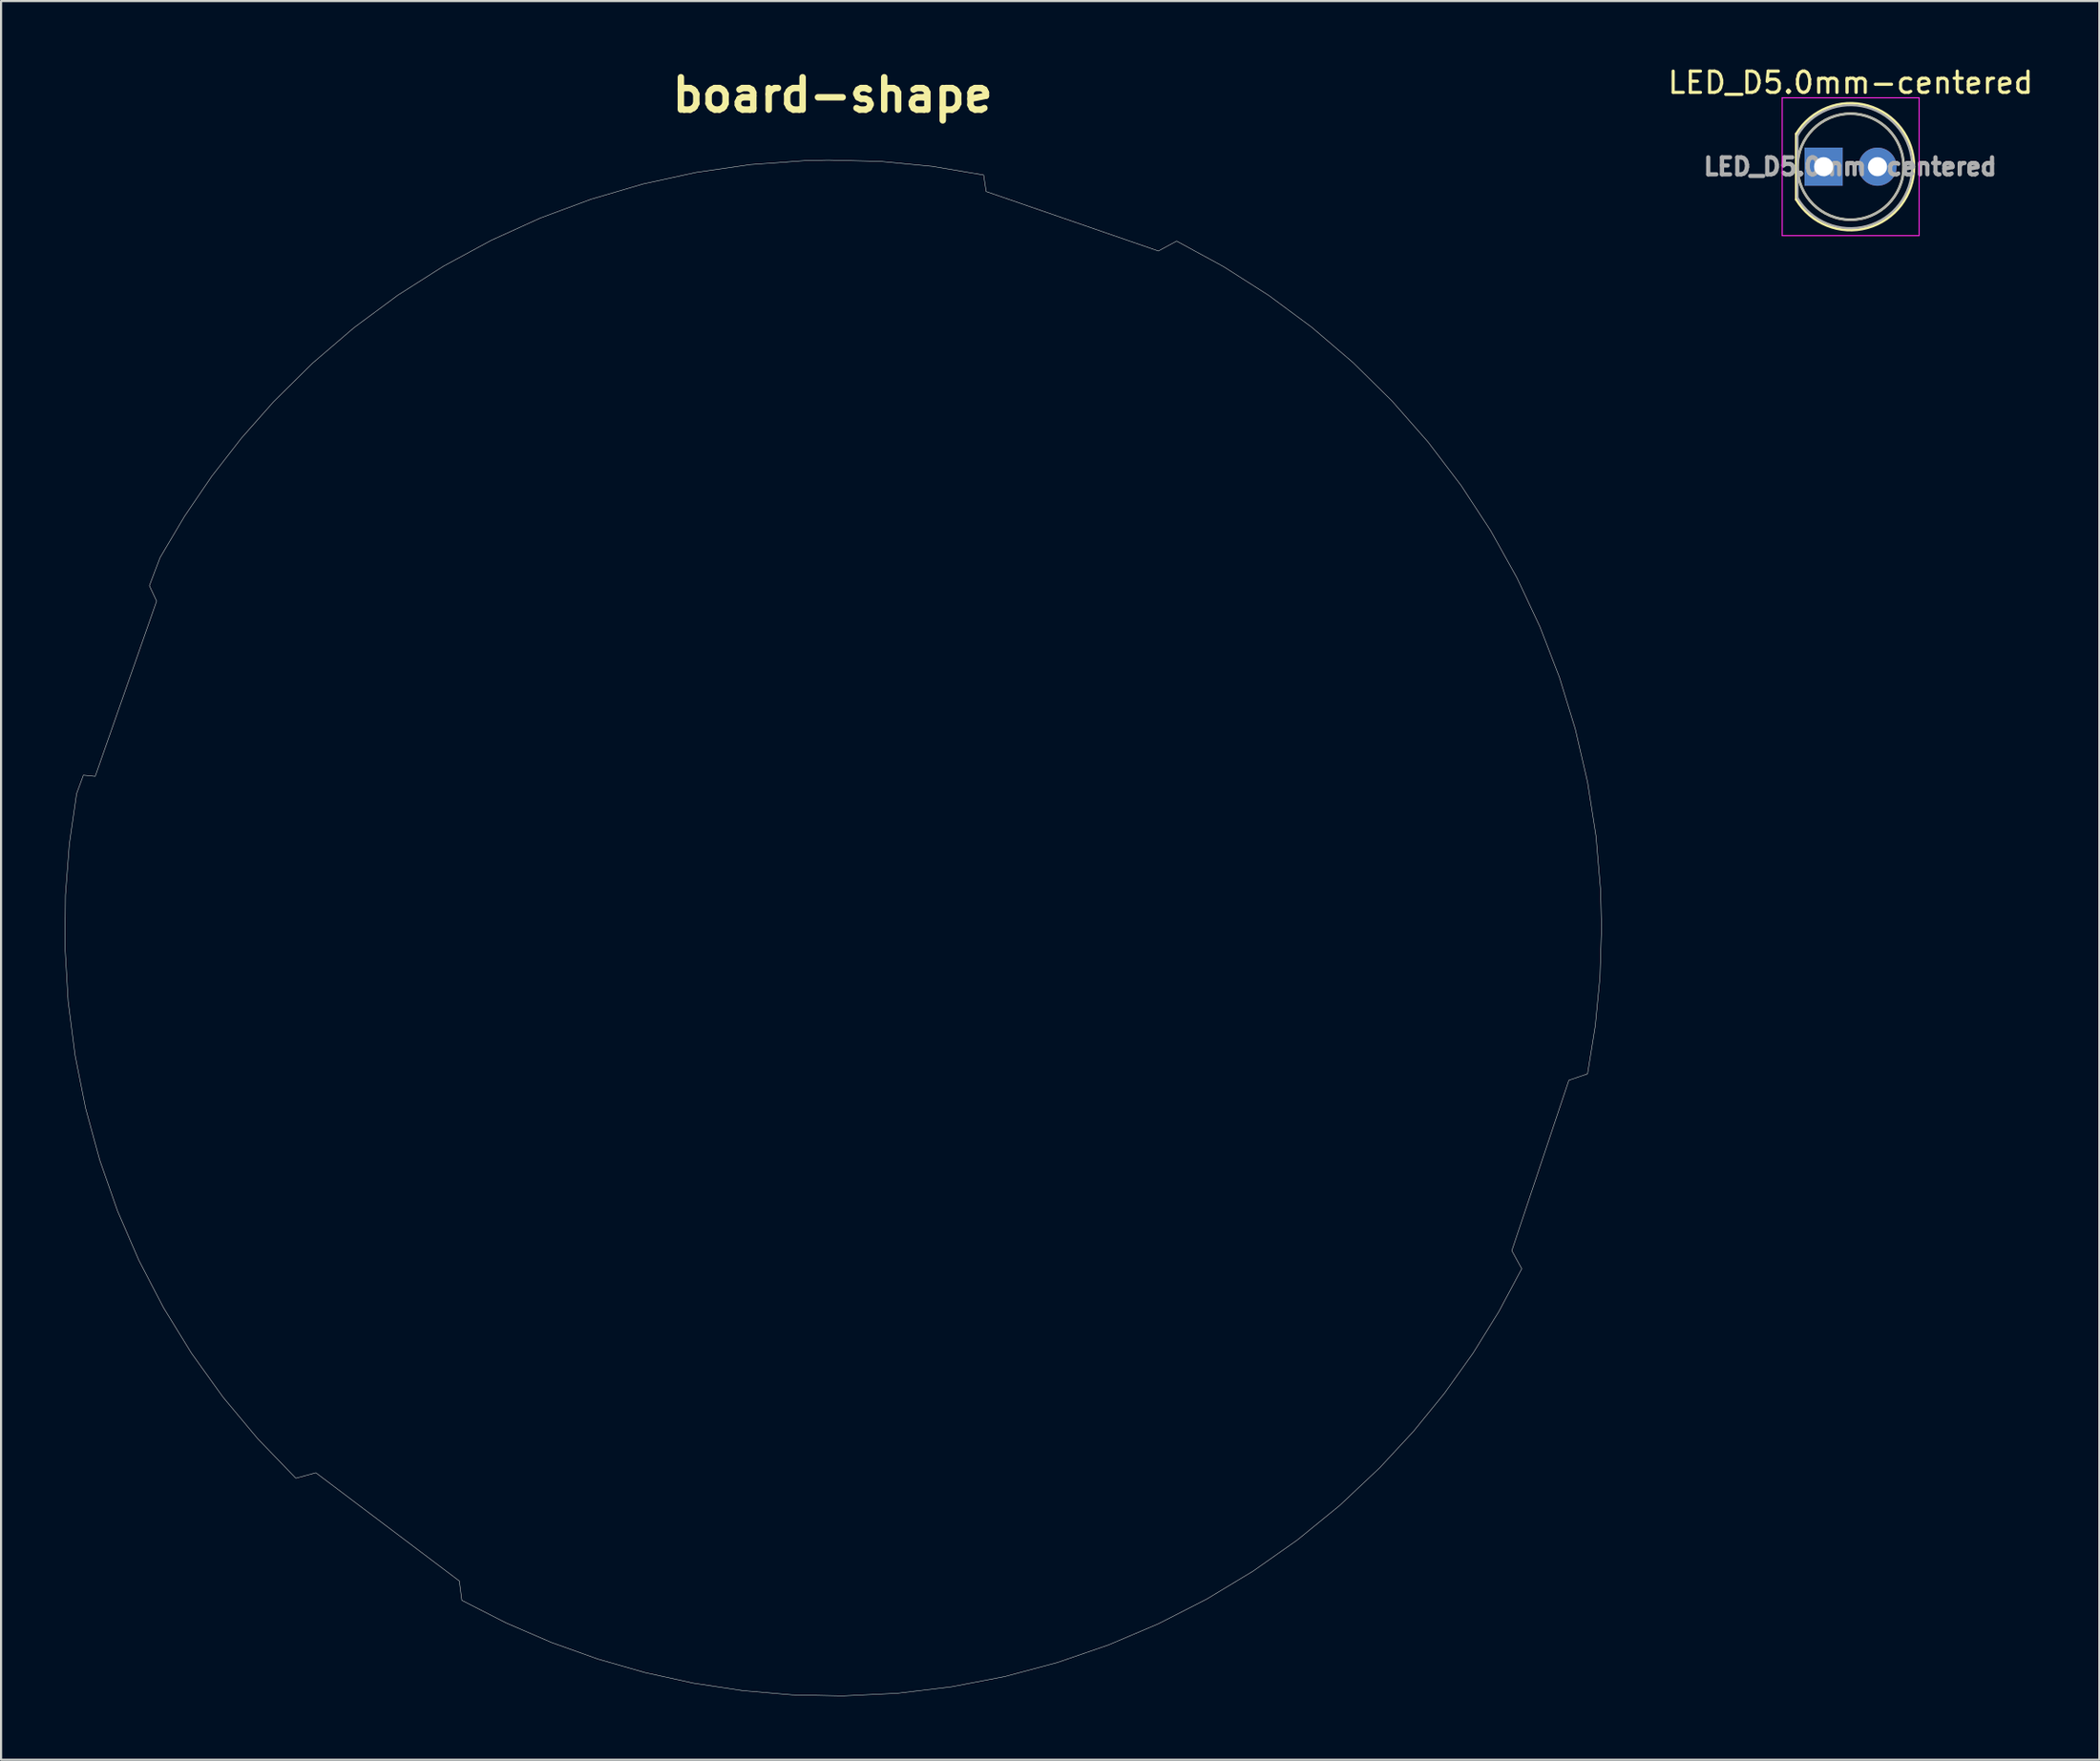
<source format=kicad_pcb>
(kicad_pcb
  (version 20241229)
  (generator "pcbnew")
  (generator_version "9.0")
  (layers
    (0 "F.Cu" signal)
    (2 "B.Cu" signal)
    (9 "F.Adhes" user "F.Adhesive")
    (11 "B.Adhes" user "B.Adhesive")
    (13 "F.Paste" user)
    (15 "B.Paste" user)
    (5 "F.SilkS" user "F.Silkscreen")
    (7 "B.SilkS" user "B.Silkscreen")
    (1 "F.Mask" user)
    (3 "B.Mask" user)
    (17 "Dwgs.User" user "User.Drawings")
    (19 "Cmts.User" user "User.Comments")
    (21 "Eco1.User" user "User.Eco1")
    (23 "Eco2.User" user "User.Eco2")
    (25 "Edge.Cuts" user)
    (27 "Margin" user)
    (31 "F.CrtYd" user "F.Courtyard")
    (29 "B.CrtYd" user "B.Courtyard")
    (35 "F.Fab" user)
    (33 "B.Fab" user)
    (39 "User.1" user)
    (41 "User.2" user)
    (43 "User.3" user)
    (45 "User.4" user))
  (footprint "board-shape"
    (layer "F.Cu")
    (at 36.176 40.723)
    (property "Reference" "board-shape" (at 0 -39.296 0) (layer "F.SilkS") (effects (font (size 1.524 1.524) (thickness 0.305))))
    (attr smd)
    (fp_poly (pts (xy -0.212 -36.226) (xy -1.29 -36.202) (xy -3.871 -36.015) (xy -6.419 -35.648) (xy -8.922 -35.103) (xy -11.374 -34.384) (xy -13.765 -33.497) (xy -16.085 -32.443) (xy -18.328 -31.229) (xy -20.483 -29.857) (xy -22.542 -28.332) (xy -24.496 -26.657) (xy -26.336 -24.837) (xy -27.854 -23.117) (xy -29.254 -21.315) (xy -30.532 -19.436) (xy -31.686 -17.487) (xy -32.187 -16.163) (xy -31.847 -15.437) (xy -34.74 -7.178) (xy -35.297 -7.234) (xy -35.617 -6.36) (xy -35.959 -3.982) (xy -36.143 -1.576) (xy -36.165 0.851) (xy -36.014 3.432) (xy -35.689 5.975) (xy -35.192 8.474) (xy -34.525 10.92) (xy -33.691 13.305) (xy -32.691 15.622) (xy -31.528 17.863) (xy -30.203 20.02) (xy -28.721 22.086) (xy -27.081 24.052) (xy -25.288 25.911) (xy -24.346 25.653) (xy -17.586 30.756) (xy -17.467 31.668) (xy -15.394 32.726) (xy -13.259 33.649) (xy -11.07 34.432) (xy -8.832 35.074) (xy -6.553 35.572) (xy -4.24 35.922) (xy -1.899 36.123) (xy 0.463 36.172) (xy 3.048 36.048) (xy 5.603 35.742) (xy 8.119 35.258) (xy 10.587 34.599) (xy 12.999 33.769) (xy 15.344 32.773) (xy 17.615 31.613) (xy 19.803 30.293) (xy 21.898 28.818) (xy 23.892 27.191) (xy 25.776 25.416) (xy 27.361 23.704) (xy 28.826 21.904) (xy 30.167 20.021) (xy 31.381 18.063) (xy 32.466 16.035) (xy 31.998 15.185) (xy 34.685 7.15) (xy 35.565 6.85) (xy 35.93 4.584) (xy 36.15 2.29) (xy 36.224 -0.026) (xy 36.182 -1.778) (xy 35.964 -4.357) (xy 35.566 -6.899) (xy 34.99 -9.396) (xy 34.242 -11.839) (xy 33.326 -14.219) (xy 32.245 -16.526) (xy 31.003 -18.754) (xy 29.605 -20.892) (xy 28.055 -22.932) (xy 26.357 -24.866) (xy 24.514 -26.684) (xy 22.578 -28.341) (xy 20.542 -29.849) (xy 18.415 -31.206) (xy 16.206 -32.408) (xy 15.346 -31.941) (xy 7.233 -34.744) (xy 7.114 -35.524) (xy 4.684 -35.933) (xy 2.254 -36.165) (xy -0.212 -36.226) (xy -0.212 -36.226)) (stroke (width 0.022) (type solid)) (fill no) (layer "Edge.Cuts")))
  (footprint "LED_D5.0mm-centered"
    (layer "F.Cu")
    (at 84.112 4.808)
    (property "Reference" "LED_D5.0mm-centered" (at 0.02 -3.96 0) (layer "F.SilkS") (effects (font (size 1 1) (thickness 0.15))))
    (attr through_hole)
    (fp_line (start -2.54 -1.545) (end -2.54 1.545) (stroke (width 0.12) (type solid)) (layer "F.SilkS"))
    (fp_arc (start -2.54 -1.54483) (mid 0.822002 -2.880433) (end 3.01 0.000462) (stroke (width 0.12) (type solid)) (layer "F.SilkS"))
    (fp_arc (start 3.01 -0.000462) (mid 0.822002 2.880433) (end -2.54 1.54483) (stroke (width 0.12) (type solid)) (layer "F.SilkS"))
    (fp_circle (center 0.02 0) (end 2.52 0) (stroke (width 0.12) (type solid)) (fill no) (layer "F.SilkS"))
    (fp_line (start -3.2 -3.25) (end -3.2 3.25) (stroke (width 0.05) (type solid)) (layer "F.CrtYd"))
    (fp_line (start -3.2 3.25) (end 3.25 3.25) (stroke (width 0.05) (type solid)) (layer "F.CrtYd"))
    (fp_line (start 3.25 -3.25) (end -3.2 -3.25) (stroke (width 0.05) (type solid)) (layer "F.CrtYd"))
    (fp_line (start 3.25 3.25) (end 3.25 -3.25) (stroke (width 0.05) (type solid)) (layer "F.CrtYd"))
    (fp_line (start -2.48 -1.47) (end -2.48 1.47) (stroke (width 0.1) (type solid)) (layer "F.Fab"))
    (fp_arc (start -2.48 -1.469694) (mid 2.92 0.000016) (end -2.480016 1.469666) (stroke (width 0.1) (type solid)) (layer "F.Fab"))
    (fp_circle (center 0.02 0) (end 2.52 0) (stroke (width 0.1) (type solid)) (fill no) (layer "F.Fab"))
    (fp_text user "${REFERENCE}" (at 0 0 0) (layer "F.Fab") (effects (font (size 0.8 0.8) (thickness 0.2))))
    (pad "1" thru_hole rect (at -1.25 0) (size 1.8 1.8) (drill 0.9) (layers "*.Cu" "*.Mask"))
    (pad "2" thru_hole circle (at 1.29 0) (size 1.8 1.8) (drill 0.9) (layers "*.Cu" "*.Mask")))
  (gr_rect
    (start -3 -3)
    (end 95.852 79.905)
    (stroke (width 0.1) (type default))
    (fill no)
    (layer "Edge.Cuts")))
</source>
